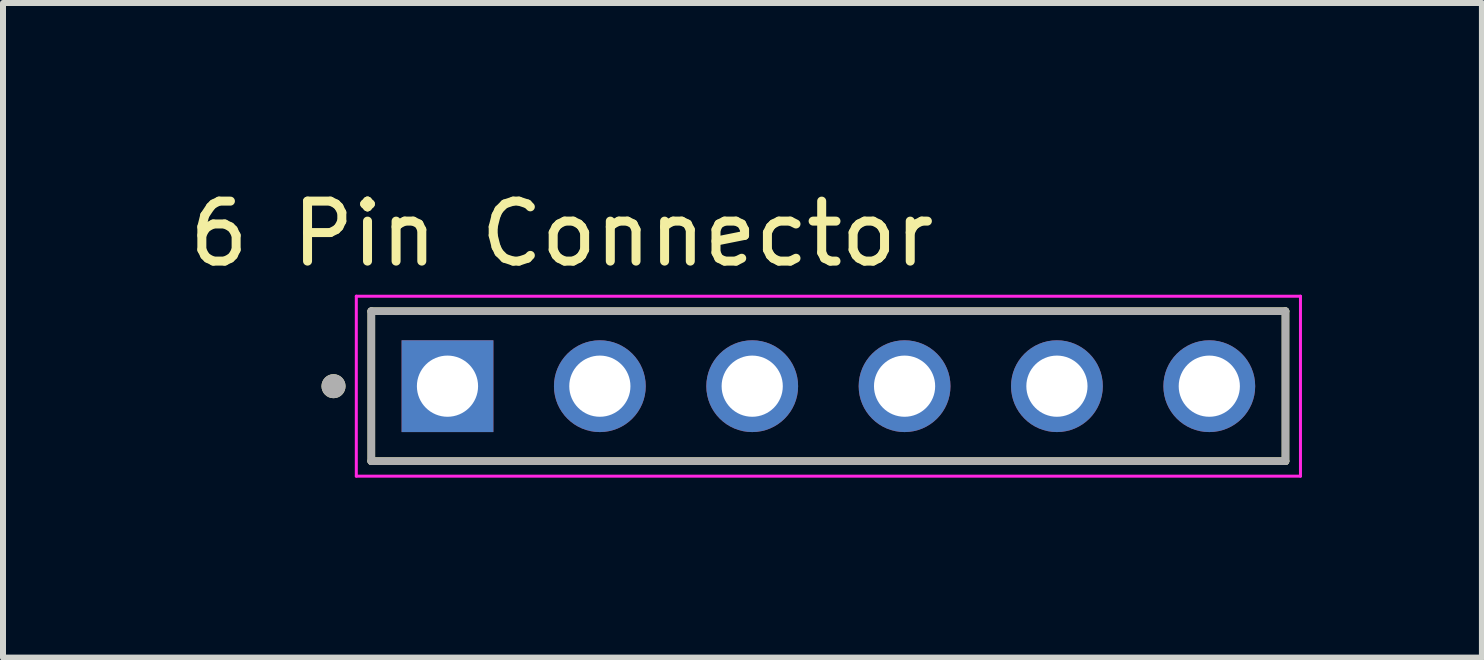
<source format=kicad_pcb>
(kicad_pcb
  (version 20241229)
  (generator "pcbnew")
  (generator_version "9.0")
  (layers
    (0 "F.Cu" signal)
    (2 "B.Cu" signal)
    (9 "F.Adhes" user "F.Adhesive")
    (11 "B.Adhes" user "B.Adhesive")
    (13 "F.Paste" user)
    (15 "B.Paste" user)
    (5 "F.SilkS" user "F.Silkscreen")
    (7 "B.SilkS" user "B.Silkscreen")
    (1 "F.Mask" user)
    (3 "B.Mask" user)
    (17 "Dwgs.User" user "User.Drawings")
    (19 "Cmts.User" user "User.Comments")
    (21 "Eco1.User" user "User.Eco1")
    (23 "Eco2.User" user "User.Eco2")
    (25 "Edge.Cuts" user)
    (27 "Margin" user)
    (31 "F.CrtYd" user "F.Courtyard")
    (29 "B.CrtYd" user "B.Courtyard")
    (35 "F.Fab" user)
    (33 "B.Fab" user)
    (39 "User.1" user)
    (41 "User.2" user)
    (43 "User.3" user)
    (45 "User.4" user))
  (footprint "6 Pin Connector"
    (layer "F.Cu")
    (at 10.76 3.388)
    (property "Reference" "6 Pin Connector" (at -4.445 -2.54 0) (layer "F.SilkS") (effects (font (size 1 1) (thickness 0.15))))
    (attr through_hole)
    (fp_line (start -7.62 -1.25) (end 7.62 -1.25) (stroke (width 0.127) (type solid)) (layer "F.SilkS"))
    (fp_line (start -7.62 1.25) (end -7.62 -1.25) (stroke (width 0.127) (type solid)) (layer "F.SilkS"))
    (fp_line (start 7.62 -1.25) (end 7.62 1.25) (stroke (width 0.127) (type solid)) (layer "F.SilkS"))
    (fp_line (start 7.62 1.25) (end -7.62 1.25) (stroke (width 0.127) (type solid)) (layer "F.SilkS"))
    (fp_circle (center -8.25 0) (end -8.15 0) (stroke (width 0.2) (type solid)) (fill no) (layer "F.SilkS"))
    (fp_line (start -7.87 -1.5) (end 7.87 -1.5) (stroke (width 0.05) (type solid)) (layer "F.CrtYd"))
    (fp_line (start -7.87 1.5) (end -7.87 -1.5) (stroke (width 0.05) (type solid)) (layer "F.CrtYd"))
    (fp_line (start 7.87 -1.5) (end 7.87 1.5) (stroke (width 0.05) (type solid)) (layer "F.CrtYd"))
    (fp_line (start 7.87 1.5) (end -7.87 1.5) (stroke (width 0.05) (type solid)) (layer "F.CrtYd"))
    (fp_line (start -7.62 -1.25) (end 7.62 -1.25) (stroke (width 0.127) (type solid)) (layer "F.Fab"))
    (fp_line (start -7.62 1.25) (end -7.62 -1.25) (stroke (width 0.127) (type solid)) (layer "F.Fab"))
    (fp_line (start 7.62 -1.25) (end 7.62 1.25) (stroke (width 0.127) (type solid)) (layer "F.Fab"))
    (fp_line (start 7.62 1.25) (end -7.62 1.25) (stroke (width 0.127) (type solid)) (layer "F.Fab"))
    (fp_circle (center -8.25 0) (end -8.15 0) (stroke (width 0.2) (type solid)) (fill no) (layer "F.Fab"))
    (pad "1" thru_hole rect (at -6.35 0) (size 1.53 1.53) (drill 1.02) (layers "*.Cu" "*.Mask"))
    (pad "2" thru_hole circle (at -3.81 0) (size 1.53 1.53) (drill 1.02) (layers "*.Cu" "*.Mask"))
    (pad "3" thru_hole circle (at -1.27 0) (size 1.53 1.53) (drill 1.02) (layers "*.Cu" "*.Mask"))
    (pad "4" thru_hole circle (at 1.27 0) (size 1.53 1.53) (drill 1.02) (layers "*.Cu" "*.Mask"))
    (pad "5" thru_hole circle (at 3.81 0) (size 1.53 1.53) (drill 1.02) (layers "*.Cu" "*.Mask"))
    (pad "6" thru_hole circle (at 6.35 0) (size 1.53 1.53) (drill 1.02) (layers "*.Cu" "*.Mask")))
  (gr_rect
    (start -3 -3)
    (end 21.655 7.913)
    (stroke (width 0.1) (type default))
    (fill no)
    (layer "Edge.Cuts")))
</source>
